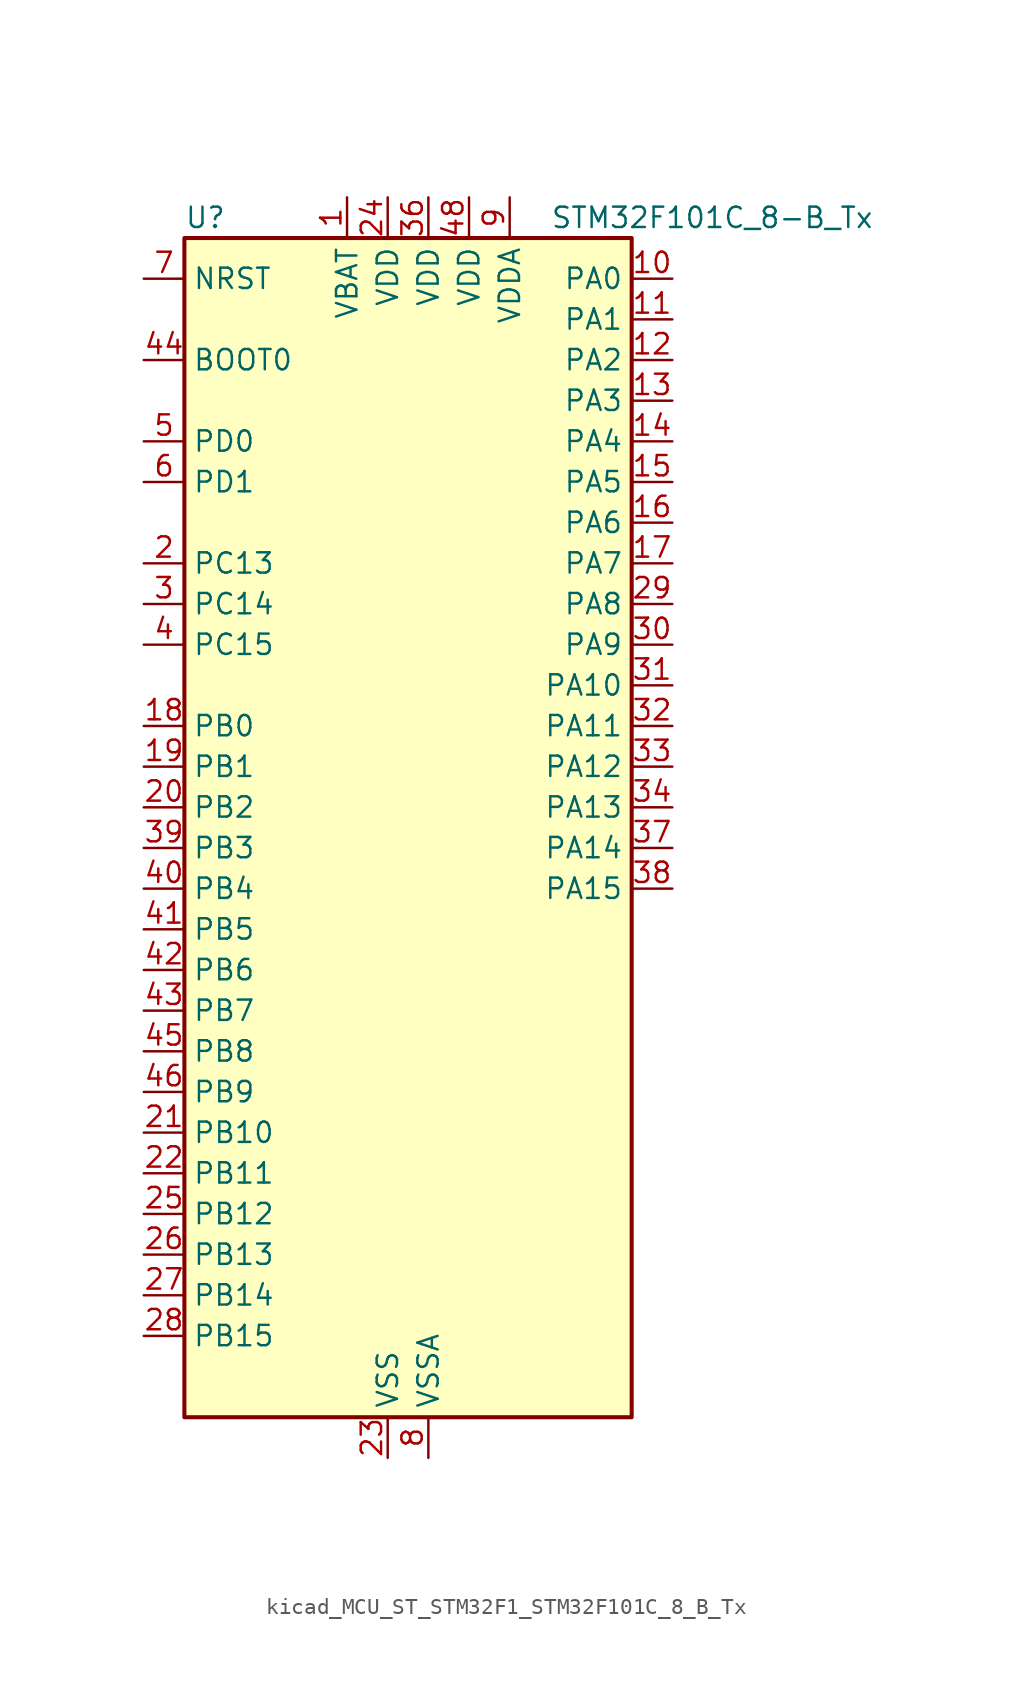
<source format=kicad_sym>
(kicad_symbol_lib
  (version 20220914)
  (generator kicad_symbol_editor)
  (symbol "kicad_MCU_ST_STM32F1_STM32F101C_8_B_Tx"
    (property "Reference" "U"
      (at -12.7 39.37 0)
      (effects (font (size 1.27 1.27)) (justify left)))
    (property "Value" "STM32F101C_8-B_Tx"
      (at 10.16 39.37 0)
      (effects (font (size 1.27 1.27)) (justify left)))
    (property "ki_locked" ""
      (at 0 0 0)
      (effects (font (size 1.27 1.27))))
    (symbol "kicad_MCU_ST_STM32F1_STM32F101C_8_B_Tx_0_1"
      (rectangle (start -12.7 -35.56) (end 15.24 38.1) (stroke (width 0.254) (type default)) (fill (type background))))
    (symbol "kicad_MCU_ST_STM32F1_STM32F101C_8_B_Tx_1_1"
      (pin power_in line (at -2.54 40.64 270) (length 2.54) (name "VBAT" (effects (font (size 1.27 1.27)))) (number "1" (effects (font (size 1.27 1.27)))))
      (pin bidirectional line (at 17.78 35.56 180) (length 2.54) (name "PA0" (effects (font (size 1.27 1.27)))) (number "10" (effects (font (size 1.27 1.27)))) (alternate "ADC1_IN0" bidirectional line) (alternate "SYS_WKUP" bidirectional line) (alternate "TIM2_CH1" bidirectional line) (alternate "TIM2_ETR" bidirectional line) (alternate "USART2_CTS" bidirectional line))
      (pin bidirectional line (at 17.78 33.02 180) (length 2.54) (name "PA1" (effects (font (size 1.27 1.27)))) (number "11" (effects (font (size 1.27 1.27)))) (alternate "ADC1_IN1" bidirectional line) (alternate "TIM2_CH2" bidirectional line) (alternate "USART2_RTS" bidirectional line))
      (pin bidirectional line (at 17.78 30.48 180) (length 2.54) (name "PA2" (effects (font (size 1.27 1.27)))) (number "12" (effects (font (size 1.27 1.27)))) (alternate "ADC1_IN2" bidirectional line) (alternate "TIM2_CH3" bidirectional line) (alternate "USART2_TX" bidirectional line))
      (pin bidirectional line (at 17.78 27.94 180) (length 2.54) (name "PA3" (effects (font (size 1.27 1.27)))) (number "13" (effects (font (size 1.27 1.27)))) (alternate "ADC1_IN3" bidirectional line) (alternate "TIM2_CH4" bidirectional line) (alternate "USART2_RX" bidirectional line))
      (pin bidirectional line (at 17.78 25.4 180) (length 2.54) (name "PA4" (effects (font (size 1.27 1.27)))) (number "14" (effects (font (size 1.27 1.27)))) (alternate "ADC1_IN4" bidirectional line) (alternate "SPI1_NSS" bidirectional line) (alternate "USART2_CK" bidirectional line))
      (pin bidirectional line (at 17.78 22.86 180) (length 2.54) (name "PA5" (effects (font (size 1.27 1.27)))) (number "15" (effects (font (size 1.27 1.27)))) (alternate "ADC1_IN5" bidirectional line) (alternate "SPI1_SCK" bidirectional line))
      (pin bidirectional line (at 17.78 20.32 180) (length 2.54) (name "PA6" (effects (font (size 1.27 1.27)))) (number "16" (effects (font (size 1.27 1.27)))) (alternate "ADC1_IN6" bidirectional line) (alternate "SPI1_MISO" bidirectional line) (alternate "TIM3_CH1" bidirectional line))
      (pin bidirectional line (at 17.78 17.78 180) (length 2.54) (name "PA7" (effects (font (size 1.27 1.27)))) (number "17" (effects (font (size 1.27 1.27)))) (alternate "ADC1_IN7" bidirectional line) (alternate "SPI1_MOSI" bidirectional line) (alternate "TIM3_CH2" bidirectional line))
      (pin bidirectional line (at -15.24 7.62 0) (length 2.54) (name "PB0" (effects (font (size 1.27 1.27)))) (number "18" (effects (font (size 1.27 1.27)))) (alternate "ADC1_IN8" bidirectional line) (alternate "TIM3_CH3" bidirectional line))
      (pin bidirectional line (at -15.24 5.08 0) (length 2.54) (name "PB1" (effects (font (size 1.27 1.27)))) (number "19" (effects (font (size 1.27 1.27)))) (alternate "ADC1_IN9" bidirectional line) (alternate "TIM3_CH4" bidirectional line))
      (pin bidirectional line (at -15.24 17.78 0) (length 2.54) (name "PC13" (effects (font (size 1.27 1.27)))) (number "2" (effects (font (size 1.27 1.27)))) (alternate "RTC_OUT" bidirectional line) (alternate "RTC_TAMPER" bidirectional line))
      (pin bidirectional line (at -15.24 2.54 0) (length 2.54) (name "PB2" (effects (font (size 1.27 1.27)))) (number "20" (effects (font (size 1.27 1.27)))))
      (pin bidirectional line (at -15.24 -17.78 0) (length 2.54) (name "PB10" (effects (font (size 1.27 1.27)))) (number "21" (effects (font (size 1.27 1.27)))) (alternate "I2C2_SCL" bidirectional line) (alternate "TIM2_CH3" bidirectional line) (alternate "USART3_TX" bidirectional line))
      (pin bidirectional line (at -15.24 -20.32 0) (length 2.54) (name "PB11" (effects (font (size 1.27 1.27)))) (number "22" (effects (font (size 1.27 1.27)))) (alternate "ADC1_EXTI11" bidirectional line) (alternate "I2C2_SDA" bidirectional line) (alternate "TIM2_CH4" bidirectional line) (alternate "USART3_RX" bidirectional line))
      (pin power_in line (at 0 -38.1 90) (length 2.54) (name "VSS" (effects (font (size 1.27 1.27)))) (number "23" (effects (font (size 1.27 1.27)))))
      (pin power_in line (at 0 40.64 270) (length 2.54) (name "VDD" (effects (font (size 1.27 1.27)))) (number "24" (effects (font (size 1.27 1.27)))))
      (pin bidirectional line (at -15.24 -22.86 0) (length 2.54) (name "PB12" (effects (font (size 1.27 1.27)))) (number "25" (effects (font (size 1.27 1.27)))) (alternate "I2C2_SMBA" bidirectional line) (alternate "SPI2_NSS" bidirectional line) (alternate "USART3_CK" bidirectional line))
      (pin bidirectional line (at -15.24 -25.4 0) (length 2.54) (name "PB13" (effects (font (size 1.27 1.27)))) (number "26" (effects (font (size 1.27 1.27)))) (alternate "SPI2_SCK" bidirectional line) (alternate "USART3_CTS" bidirectional line))
      (pin bidirectional line (at -15.24 -27.94 0) (length 2.54) (name "PB14" (effects (font (size 1.27 1.27)))) (number "27" (effects (font (size 1.27 1.27)))) (alternate "SPI2_MISO" bidirectional line) (alternate "USART3_RTS" bidirectional line))
      (pin bidirectional line (at -15.24 -30.48 0) (length 2.54) (name "PB15" (effects (font (size 1.27 1.27)))) (number "28" (effects (font (size 1.27 1.27)))) (alternate "ADC1_EXTI15" bidirectional line) (alternate "SPI2_MOSI" bidirectional line))
      (pin bidirectional line (at 17.78 15.24 180) (length 2.54) (name "PA8" (effects (font (size 1.27 1.27)))) (number "29" (effects (font (size 1.27 1.27)))) (alternate "RCC_MCO" bidirectional line) (alternate "USART1_CK" bidirectional line))
      (pin bidirectional line (at -15.24 15.24 0) (length 2.54) (name "PC14" (effects (font (size 1.27 1.27)))) (number "3" (effects (font (size 1.27 1.27)))) (alternate "RCC_OSC32_IN" bidirectional line))
      (pin bidirectional line (at 17.78 12.7 180) (length 2.54) (name "PA9" (effects (font (size 1.27 1.27)))) (number "30" (effects (font (size 1.27 1.27)))) (alternate "USART1_TX" bidirectional line))
      (pin bidirectional line (at 17.78 10.16 180) (length 2.54) (name "PA10" (effects (font (size 1.27 1.27)))) (number "31" (effects (font (size 1.27 1.27)))) (alternate "USART1_RX" bidirectional line))
      (pin bidirectional line (at 17.78 7.62 180) (length 2.54) (name "PA11" (effects (font (size 1.27 1.27)))) (number "32" (effects (font (size 1.27 1.27)))) (alternate "ADC1_EXTI11" bidirectional line) (alternate "USART1_CTS" bidirectional line))
      (pin bidirectional line (at 17.78 5.08 180) (length 2.54) (name "PA12" (effects (font (size 1.27 1.27)))) (number "33" (effects (font (size 1.27 1.27)))) (alternate "USART1_RTS" bidirectional line))
      (pin bidirectional line (at 17.78 2.54 180) (length 2.54) (name "PA13" (effects (font (size 1.27 1.27)))) (number "34" (effects (font (size 1.27 1.27)))) (alternate "SYS_JTMS-SWDIO" bidirectional line))
      (pin passive line (at 0 -38.1 90) (length 2.54) hide (name "VSS" (effects (font (size 1.27 1.27)))) (number "35" (effects (font (size 1.27 1.27)))))
      (pin power_in line (at 2.54 40.64 270) (length 2.54) (name "VDD" (effects (font (size 1.27 1.27)))) (number "36" (effects (font (size 1.27 1.27)))))
      (pin bidirectional line (at 17.78 0 180) (length 2.54) (name "PA14" (effects (font (size 1.27 1.27)))) (number "37" (effects (font (size 1.27 1.27)))) (alternate "SYS_JTCK-SWCLK" bidirectional line))
      (pin bidirectional line (at 17.78 -2.54 180) (length 2.54) (name "PA15" (effects (font (size 1.27 1.27)))) (number "38" (effects (font (size 1.27 1.27)))) (alternate "ADC1_EXTI15" bidirectional line) (alternate "SPI1_NSS" bidirectional line) (alternate "SYS_JTDI" bidirectional line) (alternate "TIM2_CH1" bidirectional line) (alternate "TIM2_ETR" bidirectional line))
      (pin bidirectional line (at -15.24 0 0) (length 2.54) (name "PB3" (effects (font (size 1.27 1.27)))) (number "39" (effects (font (size 1.27 1.27)))) (alternate "SPI1_SCK" bidirectional line) (alternate "SYS_JTDO-TRACESWO" bidirectional line) (alternate "TIM2_CH2" bidirectional line))
      (pin bidirectional line (at -15.24 12.7 0) (length 2.54) (name "PC15" (effects (font (size 1.27 1.27)))) (number "4" (effects (font (size 1.27 1.27)))) (alternate "ADC1_EXTI15" bidirectional line) (alternate "RCC_OSC32_OUT" bidirectional line))
      (pin bidirectional line (at -15.24 -2.54 0) (length 2.54) (name "PB4" (effects (font (size 1.27 1.27)))) (number "40" (effects (font (size 1.27 1.27)))) (alternate "SPI1_MISO" bidirectional line) (alternate "SYS_NJTRST" bidirectional line) (alternate "TIM3_CH1" bidirectional line))
      (pin bidirectional line (at -15.24 -5.08 0) (length 2.54) (name "PB5" (effects (font (size 1.27 1.27)))) (number "41" (effects (font (size 1.27 1.27)))) (alternate "I2C1_SMBA" bidirectional line) (alternate "SPI1_MOSI" bidirectional line) (alternate "TIM3_CH2" bidirectional line))
      (pin bidirectional line (at -15.24 -7.62 0) (length 2.54) (name "PB6" (effects (font (size 1.27 1.27)))) (number "42" (effects (font (size 1.27 1.27)))) (alternate "I2C1_SCL" bidirectional line) (alternate "TIM4_CH1" bidirectional line) (alternate "USART1_TX" bidirectional line))
      (pin bidirectional line (at -15.24 -10.16 0) (length 2.54) (name "PB7" (effects (font (size 1.27 1.27)))) (number "43" (effects (font (size 1.27 1.27)))) (alternate "I2C1_SDA" bidirectional line) (alternate "TIM4_CH2" bidirectional line) (alternate "USART1_RX" bidirectional line))
      (pin input line (at -15.24 30.48 0) (length 2.54) (name "BOOT0" (effects (font (size 1.27 1.27)))) (number "44" (effects (font (size 1.27 1.27)))))
      (pin bidirectional line (at -15.24 -12.7 0) (length 2.54) (name "PB8" (effects (font (size 1.27 1.27)))) (number "45" (effects (font (size 1.27 1.27)))) (alternate "I2C1_SCL" bidirectional line) (alternate "TIM4_CH3" bidirectional line))
      (pin bidirectional line (at -15.24 -15.24 0) (length 2.54) (name "PB9" (effects (font (size 1.27 1.27)))) (number "46" (effects (font (size 1.27 1.27)))) (alternate "I2C1_SDA" bidirectional line) (alternate "TIM4_CH4" bidirectional line))
      (pin passive line (at 0 -38.1 90) (length 2.54) hide (name "VSS" (effects (font (size 1.27 1.27)))) (number "47" (effects (font (size 1.27 1.27)))))
      (pin power_in line (at 5.08 40.64 270) (length 2.54) (name "VDD" (effects (font (size 1.27 1.27)))) (number "48" (effects (font (size 1.27 1.27)))))
      (pin bidirectional line (at -15.24 25.4 0) (length 2.54) (name "PD0" (effects (font (size 1.27 1.27)))) (number "5" (effects (font (size 1.27 1.27)))) (alternate "RCC_OSC_IN" bidirectional line))
      (pin bidirectional line (at -15.24 22.86 0) (length 2.54) (name "PD1" (effects (font (size 1.27 1.27)))) (number "6" (effects (font (size 1.27 1.27)))) (alternate "RCC_OSC_OUT" bidirectional line))
      (pin input line (at -15.24 35.56 0) (length 2.54) (name "NRST" (effects (font (size 1.27 1.27)))) (number "7" (effects (font (size 1.27 1.27)))))
      (pin power_in line (at 2.54 -38.1 90) (length 2.54) (name "VSSA" (effects (font (size 1.27 1.27)))) (number "8" (effects (font (size 1.27 1.27)))))
      (pin power_in line (at 7.62 40.64 270) (length 2.54) (name "VDDA" (effects (font (size 1.27 1.27)))) (number "9" (effects (font (size 1.27 1.27))))))))
</source>
